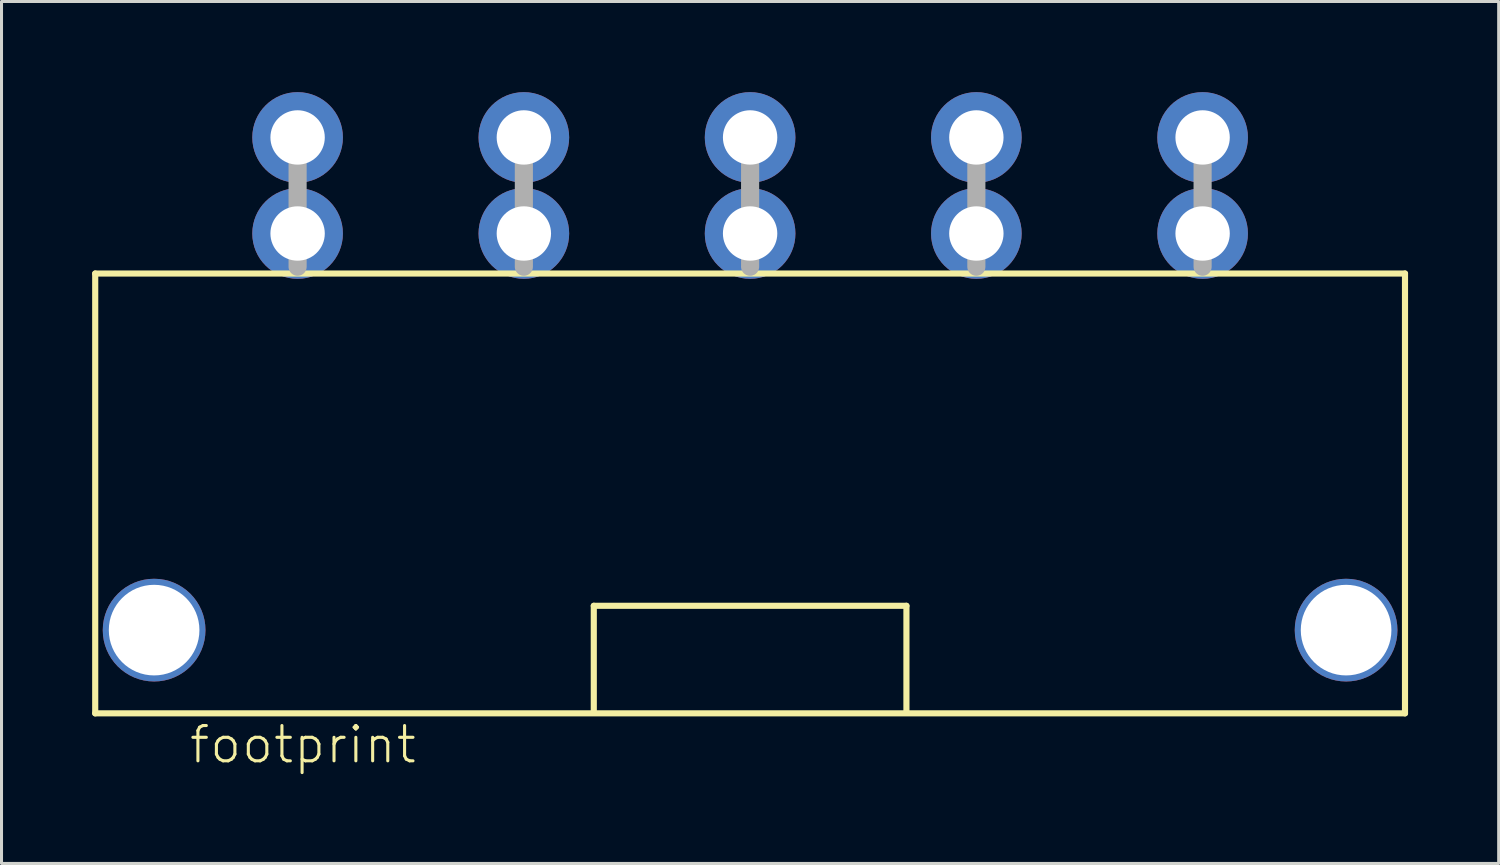
<source format=kicad_pcb>
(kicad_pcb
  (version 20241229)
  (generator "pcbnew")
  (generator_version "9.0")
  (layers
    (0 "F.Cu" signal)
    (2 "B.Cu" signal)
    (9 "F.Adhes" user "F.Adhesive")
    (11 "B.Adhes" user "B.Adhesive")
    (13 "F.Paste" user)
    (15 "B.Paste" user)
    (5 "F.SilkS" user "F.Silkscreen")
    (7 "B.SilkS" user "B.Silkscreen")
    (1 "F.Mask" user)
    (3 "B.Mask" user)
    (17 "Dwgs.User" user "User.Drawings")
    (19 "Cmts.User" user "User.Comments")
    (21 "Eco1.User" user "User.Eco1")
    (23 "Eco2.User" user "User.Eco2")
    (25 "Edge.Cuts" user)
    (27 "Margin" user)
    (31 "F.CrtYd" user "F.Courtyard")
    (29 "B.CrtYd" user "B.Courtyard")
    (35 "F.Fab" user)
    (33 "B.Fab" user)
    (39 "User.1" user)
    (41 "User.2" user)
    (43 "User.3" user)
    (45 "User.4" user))
  (footprint "footprint"
    (layer "F.Cu")
    (at 21.782 4.68)
    (property "Reference" "footprint" (at -18.625 17.605 0) (layer "F.SilkS") (effects (font (size 1.168 1.168) (thickness 0.102)) (justify left bottom)))
    (fp_line (start -21.68 1.325) (end 21.68 1.325) (stroke (width 0.203) (type solid)) (layer "F.SilkS"))
    (fp_line (start -21.68 15.885) (end -21.68 1.325) (stroke (width 0.203) (type solid)) (layer "F.SilkS"))
    (fp_line (start -21.68 15.885) (end 21.68 15.885) (stroke (width 0.203) (type solid)) (layer "F.SilkS"))
    (fp_line (start -5.175 12.325) (end 5.175 12.325) (stroke (width 0.203) (type solid)) (layer "F.SilkS"))
    (fp_line (start -5.175 15.8) (end -5.175 12.325) (stroke (width 0.203) (type solid)) (layer "F.SilkS"))
    (fp_line (start 5.175 12.325) (end 5.175 15.85) (stroke (width 0.203) (type solid)) (layer "F.SilkS"))
    (fp_line (start 21.68 1.325) (end 21.68 15.885) (stroke (width 0.203) (type solid)) (layer "F.SilkS"))
    (fp_line (start -14.98 -3.745) (end -14.98 1.1) (stroke (width 0.6) (type solid)) (layer "F.Fab"))
    (fp_line (start -7.49 -3.745) (end -7.49 1.1) (stroke (width 0.6) (type solid)) (layer "F.Fab"))
    (fp_line (start 0 -3.745) (end 0 1.1) (stroke (width 0.6) (type solid)) (layer "F.Fab"))
    (fp_line (start 7.49 -3.745) (end 7.49 1.1) (stroke (width 0.6) (type solid)) (layer "F.Fab"))
    (fp_line (start 14.98 -3.745) (end 14.98 1.1) (stroke (width 0.6) (type solid)) (layer "F.Fab"))
    (pad "1@1" thru_hole circle (at -14.98 0) (size 3 3) (drill 1.8) (layers "*.Cu" "*.Mask"))
    (pad "1@2" thru_hole circle (at -14.98 -3.18) (size 3 3) (drill 1.8) (layers "*.Cu" "*.Mask"))
    (pad "2@1" thru_hole circle (at -7.49 0) (size 3 3) (drill 1.8) (layers "*.Cu" "*.Mask"))
    (pad "2@2" thru_hole circle (at -7.49 -3.18) (size 3 3) (drill 1.8) (layers "*.Cu" "*.Mask"))
    (pad "3@1" thru_hole circle (at 0 0) (size 3 3) (drill 1.8) (layers "*.Cu" "*.Mask"))
    (pad "3@2" thru_hole circle (at 0 -3.18) (size 3 3) (drill 1.8) (layers "*.Cu" "*.Mask"))
    (pad "4@1" thru_hole circle (at 7.49 0) (size 3 3) (drill 1.8) (layers "*.Cu" "*.Mask"))
    (pad "4@2" thru_hole circle (at 7.49 -3.18) (size 3 3) (drill 1.8) (layers "*.Cu" "*.Mask"))
    (pad "5@1" thru_hole circle (at 14.98 0) (size 3 3) (drill 1.8) (layers "*.Cu" "*.Mask"))
    (pad "5@2" thru_hole circle (at 14.98 -3.18) (size 3 3) (drill 1.8) (layers "*.Cu" "*.Mask"))
    (pad "M1" thru_hole circle (at -19.73 13.13) (size 3.4 3.4) (drill 3) (layers "*.Cu" "*.Mask"))
    (pad "M2" thru_hole circle (at 19.73 13.13) (size 3.4 3.4) (drill 3) (layers "*.Cu" "*.Mask")))
  (gr_rect
    (start -3 -3)
    (end 46.563 25.535)
    (stroke (width 0.1) (type default))
    (fill no)
    (layer "Edge.Cuts")))
</source>
